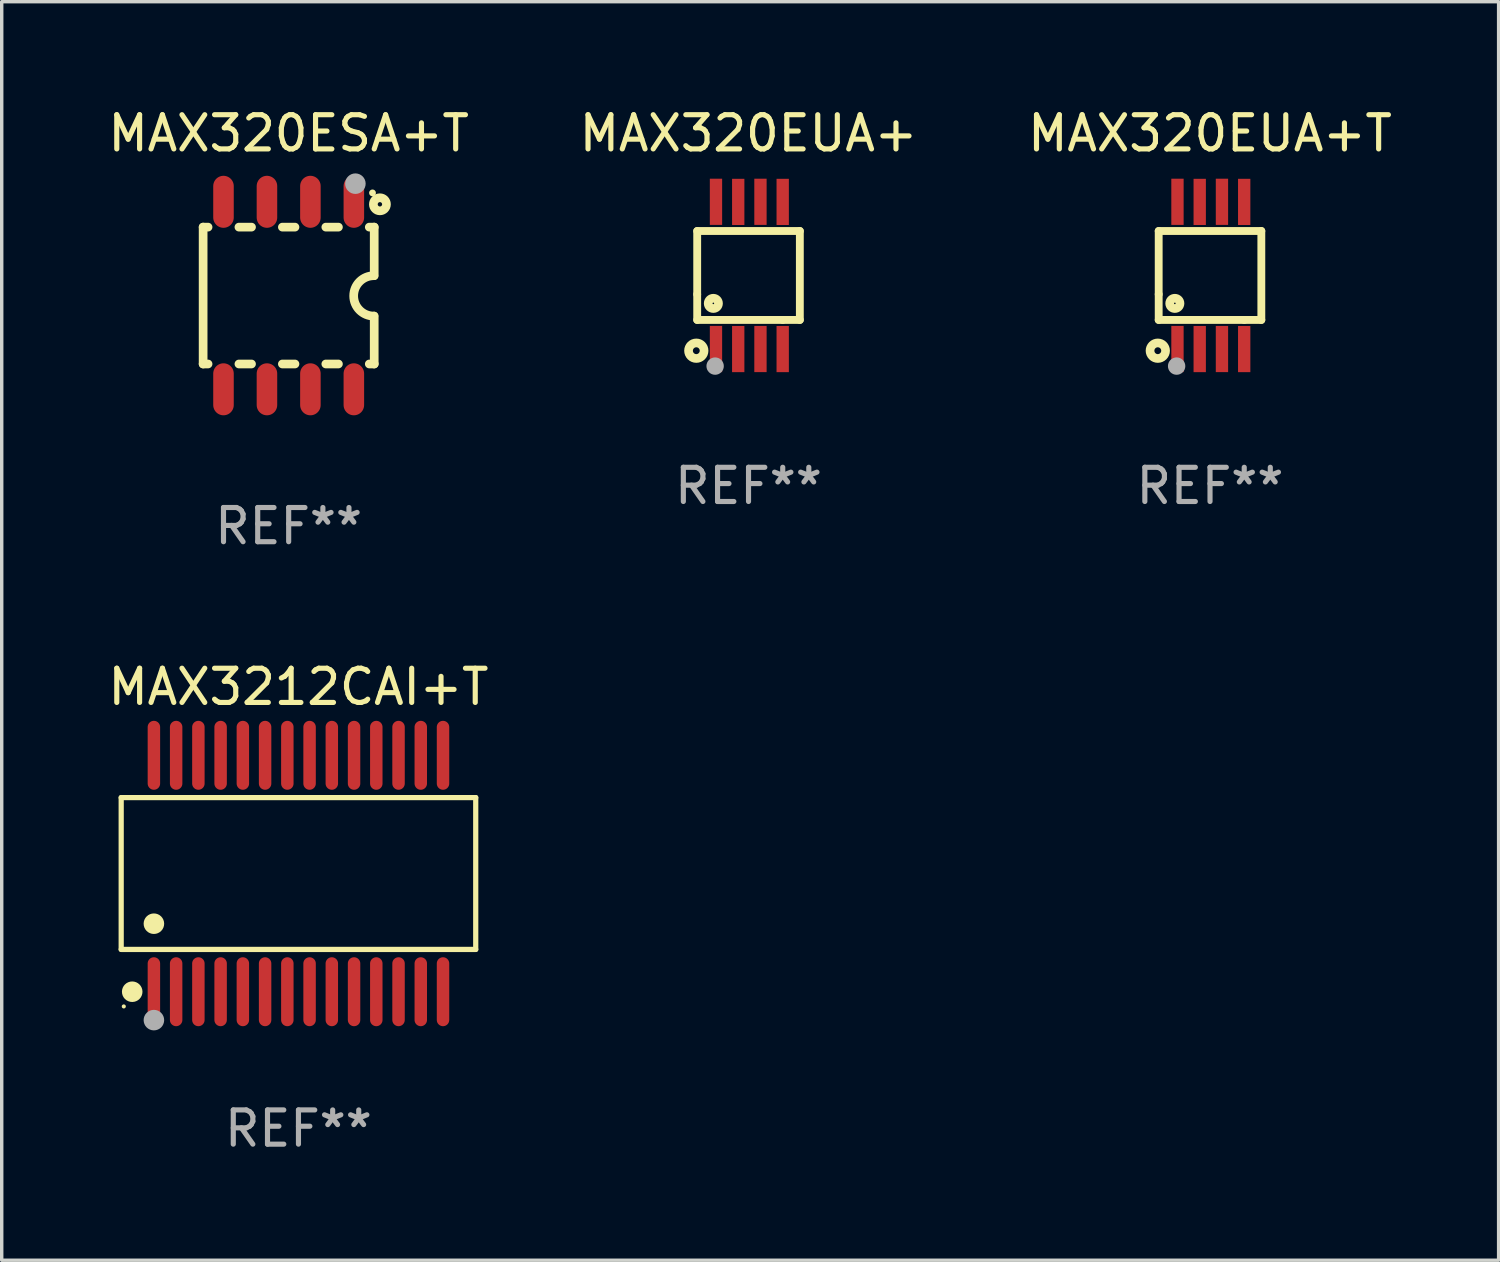
<source format=kicad_pcb>
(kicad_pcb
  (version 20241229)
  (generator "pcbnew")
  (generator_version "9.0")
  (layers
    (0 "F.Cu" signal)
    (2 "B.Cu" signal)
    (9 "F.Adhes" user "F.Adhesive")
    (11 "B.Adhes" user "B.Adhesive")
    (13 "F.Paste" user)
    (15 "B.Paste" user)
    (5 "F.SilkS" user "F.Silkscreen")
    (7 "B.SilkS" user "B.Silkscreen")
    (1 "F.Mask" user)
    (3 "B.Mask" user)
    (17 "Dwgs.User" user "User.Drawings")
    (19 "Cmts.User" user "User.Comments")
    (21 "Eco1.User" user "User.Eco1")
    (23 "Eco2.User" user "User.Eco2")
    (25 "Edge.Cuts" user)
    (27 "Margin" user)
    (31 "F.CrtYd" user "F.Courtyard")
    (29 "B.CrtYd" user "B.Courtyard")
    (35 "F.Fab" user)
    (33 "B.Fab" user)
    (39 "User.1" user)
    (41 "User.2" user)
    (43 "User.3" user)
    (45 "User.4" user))
  (footprint "MAX320ESA+T"
    (layer "F.Cu")
    (at 5.387 5.588)
    (property "Reference" "MAX320ESA+T" (at 0 -4.74 0) (layer "F.SilkS") (effects (font (size 1 1) (thickness 0.15))))
    (attr through_hole)
    (fp_line (start -2.5 2) (end -2.5 -2) (stroke (width 0.254) (type solid)) (layer "F.SilkS"))
    (fp_line (start -2.356 -2) (end -2.5 -2) (stroke (width 0.254) (type solid)) (layer "F.SilkS"))
    (fp_line (start -2.356 2) (end -2.5 2) (stroke (width 0.254) (type solid)) (layer "F.SilkS"))
    (fp_line (start -1.086 -2) (end -1.454 -2) (stroke (width 0.254) (type solid)) (layer "F.SilkS"))
    (fp_line (start -1.086 2) (end -1.454 2) (stroke (width 0.254) (type solid)) (layer "F.SilkS"))
    (fp_line (start 0.184 -2) (end -0.184 -2) (stroke (width 0.254) (type solid)) (layer "F.SilkS"))
    (fp_line (start 0.184 2) (end -0.184 2) (stroke (width 0.254) (type solid)) (layer "F.SilkS"))
    (fp_line (start 1.454 -2) (end 1.086 -2) (stroke (width 0.254) (type solid)) (layer "F.SilkS"))
    (fp_line (start 1.454 2) (end 1.086 2) (stroke (width 0.254) (type solid)) (layer "F.SilkS"))
    (fp_line (start 2.5 -2) (end 2.356 -2) (stroke (width 0.254) (type solid)) (layer "F.SilkS"))
    (fp_line (start 2.5 -0.58) (end 2.5 -2) (stroke (width 0.254) (type solid)) (layer "F.SilkS"))
    (fp_line (start 2.5 2) (end 2.356 2) (stroke (width 0.254) (type solid)) (layer "F.SilkS"))
    (fp_line (start 2.5 2) (end 2.5 0.6) (stroke (width 0.254) (type solid)) (layer "F.SilkS"))
    (fp_arc (start 2.489992 0.600051) (mid 1.901674 0.010046) (end 2.489992 -0.579959) (stroke (width 0.254001) (type solid)) (layer "F.SilkS"))
    (fp_circle (center 2.45 -3) (end 2.5 -3) (stroke (width 0.1) (type solid)) (fill no) (layer "F.SilkS"))
    (fp_circle (center 2.667 -2.667) (end 2.858 -2.667) (stroke (width 0.254) (type solid)) (fill no) (layer "F.SilkS"))
    (fp_circle (center 1.95 -3.27) (end 2.1 -3.27) (stroke (width 0.3) (type solid)) (fill no) (layer "F.Fab"))
    (fp_text user "REF**" (at 0 6.74 0) (layer "F.Fab") (effects (font (size 1 1) (thickness 0.15))))
    (pad "1" smd oval (at 1.905 -2.74) (size 0.6 1.52) (layers "F.Cu" "F.Mask" "F.Paste"))
    (pad "2" smd oval (at 0.635 -2.74) (size 0.6 1.52) (layers "F.Cu" "F.Mask" "F.Paste"))
    (pad "3" smd oval (at -0.635 -2.74) (size 0.6 1.52) (layers "F.Cu" "F.Mask" "F.Paste"))
    (pad "4" smd oval (at -1.905 -2.74) (size 0.6 1.52) (layers "F.Cu" "F.Mask" "F.Paste"))
    (pad "5" smd oval (at -1.905 2.74) (size 0.6 1.52) (layers "F.Cu" "F.Mask" "F.Paste"))
    (pad "6" smd oval (at -0.635 2.74) (size 0.6 1.52) (layers "F.Cu" "F.Mask" "F.Paste"))
    (pad "7" smd oval (at 0.635 2.74) (size 0.6 1.52) (layers "F.Cu" "F.Mask" "F.Paste"))
    (pad "8" smd oval (at 1.905 2.74) (size 0.6 1.52) (layers "F.Cu" "F.Mask" "F.Paste")))
  (footprint "MAX320EUA+"
    (layer "F.Cu")
    (at 18.827 5)
    (property "Reference" "MAX320EUA+" (at 0 -4.152 0) (layer "F.SilkS") (effects (font (size 1 1) (thickness 0.15))))
    (attr through_hole)
    (fp_line (start -1.5 1.301) (end 1 1.301) (stroke (width 0.229) (type solid)) (layer "F.SilkS"))
    (fp_line (start -1.5 -1.299) (end -1.5 0.551) (stroke (width 0.229) (type solid)) (layer "F.SilkS"))
    (fp_line (start -1.5 0.551) (end -1.5 1.301) (stroke (width 0.229) (type solid)) (layer "F.SilkS"))
    (fp_line (start 1 1.301) (end 1.5 1.301) (stroke (width 0.229) (type solid)) (layer "F.SilkS"))
    (fp_line (start 1.5 1.301) (end 1.5 -1.299) (stroke (width 0.229) (type solid)) (layer "F.SilkS"))
    (fp_line (start 1.5 -1.299) (end -1.5 -1.299) (stroke (width 0.229) (type solid)) (layer "F.SilkS"))
    (fp_circle (center -1.526 2.2) (end -1.426 2.2) (stroke (width 0.254) (type solid)) (fill no) (layer "F.SilkS"))
    (fp_circle (center -1.476 2.45) (end -1.446 2.45) (stroke (width 0.06) (type solid)) (fill no) (layer "F.SilkS"))
    (fp_circle (center -1.028 0.817) (end -0.878 0.817) (stroke (width 0.254) (type solid)) (fill no) (layer "F.SilkS"))
    (fp_circle (center -0.976 2.65) (end -0.849 2.65) (stroke (width 0.254) (type solid)) (fill no) (layer "F.Fab"))
    (fp_text user "REF**" (at 0 6.152 0) (layer "F.Fab") (effects (font (size 1 1) (thickness 0.15))))
    (pad "1" smd rect (at -0.951 2.15) (size 0.36 1.35) (layers "F.Cu" "F.Mask" "F.Paste"))
    (pad "2" smd rect (at -0.301 2.152) (size 0.36 1.35) (layers "F.Cu" "F.Mask" "F.Paste"))
    (pad "3" smd rect (at 0.349 2.151) (size 0.36 1.35) (layers "F.Cu" "F.Mask" "F.Paste"))
    (pad "4" smd rect (at 0.999 2.152) (size 0.36 1.35) (layers "F.Cu" "F.Mask" "F.Paste"))
    (pad "5" smd rect (at 0.999 -2.149) (size 0.36 1.35) (layers "F.Cu" "F.Mask" "F.Paste"))
    (pad "6" smd rect (at 0.349 -2.152) (size 0.36 1.35) (layers "F.Cu" "F.Mask" "F.Paste"))
    (pad "7" smd rect (at -0.301 -2.149) (size 0.36 1.35) (layers "F.Cu" "F.Mask" "F.Paste"))
    (pad "8" smd rect (at -0.951 -2.152) (size 0.36 1.35) (layers "F.Cu" "F.Mask" "F.Paste")))
  (footprint "MAX3212CAI+T"
    (layer "F.Cu")
    (at 5.673 22.48)
    (property "Reference" "MAX3212CAI+T" (at 0 -5.455 0) (layer "F.SilkS") (effects (font (size 1 1) (thickness 0.15))))
    (attr through_hole)
    (fp_line (start -5.181 -2.219) (end 5.181 -2.219) (stroke (width 0.152) (type solid)) (layer "F.SilkS"))
    (fp_line (start -5.181 2.219) (end -5.181 -2.219) (stroke (width 0.152) (type solid)) (layer "F.SilkS"))
    (fp_line (start 5.181 -2.219) (end 5.181 2.219) (stroke (width 0.152) (type solid)) (layer "F.SilkS"))
    (fp_line (start 5.181 2.219) (end -5.181 2.219) (stroke (width 0.152) (type solid)) (layer "F.SilkS"))
    (fp_circle (center -5.105 3.885) (end -5.075 3.885) (stroke (width 0.06) (type solid)) (fill no) (layer "F.SilkS"))
    (fp_circle (center -4.859 3.455) (end -4.709 3.455) (stroke (width 0.3) (type solid)) (fill no) (layer "F.SilkS"))
    (fp_circle (center -4.225 1.467) (end -4.075 1.467) (stroke (width 0.3) (type solid)) (fill no) (layer "F.SilkS"))
    (fp_circle (center -4.225 4.285) (end -4.075 4.285) (stroke (width 0.3) (type solid)) (fill no) (layer "F.Fab"))
    (fp_text user "REF**" (at 0 7.455 0) (layer "F.Fab") (effects (font (size 1 1) (thickness 0.15))))
    (pad "1" smd oval (at -4.225 3.455) (size 0.364 2.015) (layers "F.Cu" "F.Mask" "F.Paste"))
    (pad "2" smd oval (at -3.575 3.455) (size 0.364 2.015) (layers "F.Cu" "F.Mask" "F.Paste"))
    (pad "3" smd oval (at -2.925 3.455) (size 0.364 2.015) (layers "F.Cu" "F.Mask" "F.Paste"))
    (pad "4" smd oval (at -2.275 3.455) (size 0.364 2.015) (layers "F.Cu" "F.Mask" "F.Paste"))
    (pad "5" smd oval (at -1.625 3.455) (size 0.364 2.015) (layers "F.Cu" "F.Mask" "F.Paste"))
    (pad "6" smd oval (at -0.975 3.455) (size 0.364 2.015) (layers "F.Cu" "F.Mask" "F.Paste"))
    (pad "7" smd oval (at -0.325 3.455) (size 0.364 2.015) (layers "F.Cu" "F.Mask" "F.Paste"))
    (pad "8" smd oval (at 0.325 3.455) (size 0.364 2.015) (layers "F.Cu" "F.Mask" "F.Paste"))
    (pad "9" smd oval (at 0.975 3.455) (size 0.364 2.015) (layers "F.Cu" "F.Mask" "F.Paste"))
    (pad "10" smd oval (at 1.625 3.455) (size 0.364 2.015) (layers "F.Cu" "F.Mask" "F.Paste"))
    (pad "11" smd oval (at 2.275 3.455) (size 0.364 2.015) (layers "F.Cu" "F.Mask" "F.Paste"))
    (pad "12" smd oval (at 2.925 3.455) (size 0.364 2.015) (layers "F.Cu" "F.Mask" "F.Paste"))
    (pad "13" smd oval (at 3.575 3.455) (size 0.364 2.015) (layers "F.Cu" "F.Mask" "F.Paste"))
    (pad "14" smd oval (at 4.225 3.455) (size 0.364 2.015) (layers "F.Cu" "F.Mask" "F.Paste"))
    (pad "15" smd oval (at 4.225 -3.455) (size 0.364 2.015) (layers "F.Cu" "F.Mask" "F.Paste"))
    (pad "16" smd oval (at 3.575 -3.455) (size 0.364 2.015) (layers "F.Cu" "F.Mask" "F.Paste"))
    (pad "17" smd oval (at 2.925 -3.455) (size 0.364 2.015) (layers "F.Cu" "F.Mask" "F.Paste"))
    (pad "18" smd oval (at 2.275 -3.455) (size 0.364 2.015) (layers "F.Cu" "F.Mask" "F.Paste"))
    (pad "19" smd oval (at 1.625 -3.455) (size 0.364 2.015) (layers "F.Cu" "F.Mask" "F.Paste"))
    (pad "20" smd oval (at 0.975 -3.455) (size 0.364 2.015) (layers "F.Cu" "F.Mask" "F.Paste"))
    (pad "21" smd oval (at 0.325 -3.455) (size 0.364 2.015) (layers "F.Cu" "F.Mask" "F.Paste"))
    (pad "22" smd oval (at -0.325 -3.455) (size 0.364 2.015) (layers "F.Cu" "F.Mask" "F.Paste"))
    (pad "23" smd oval (at -0.975 -3.455) (size 0.364 2.015) (layers "F.Cu" "F.Mask" "F.Paste"))
    (pad "24" smd oval (at -1.625 -3.455) (size 0.364 2.015) (layers "F.Cu" "F.Mask" "F.Paste"))
    (pad "25" smd oval (at -2.275 -3.455) (size 0.364 2.015) (layers "F.Cu" "F.Mask" "F.Paste"))
    (pad "26" smd oval (at -2.925 -3.455) (size 0.364 2.015) (layers "F.Cu" "F.Mask" "F.Paste"))
    (pad "27" smd oval (at -3.575 -3.455) (size 0.364 2.015) (layers "F.Cu" "F.Mask" "F.Paste"))
    (pad "28" smd oval (at -4.225 -3.455) (size 0.364 2.015) (layers "F.Cu" "F.Mask" "F.Paste")))
  (footprint "MAX320EUA+T"
    (layer "F.Cu")
    (at 32.315 5)
    (property "Reference" "MAX320EUA+T" (at 0 -4.152 0) (layer "F.SilkS") (effects (font (size 1 1) (thickness 0.15))))
    (attr through_hole)
    (fp_line (start -1.5 1.301) (end 1 1.301) (stroke (width 0.229) (type solid)) (layer "F.SilkS"))
    (fp_line (start -1.5 -1.299) (end -1.5 0.551) (stroke (width 0.229) (type solid)) (layer "F.SilkS"))
    (fp_line (start -1.5 0.551) (end -1.5 1.301) (stroke (width 0.229) (type solid)) (layer "F.SilkS"))
    (fp_line (start 1 1.301) (end 1.5 1.301) (stroke (width 0.229) (type solid)) (layer "F.SilkS"))
    (fp_line (start 1.5 1.301) (end 1.5 -1.299) (stroke (width 0.229) (type solid)) (layer "F.SilkS"))
    (fp_line (start 1.5 -1.299) (end -1.5 -1.299) (stroke (width 0.229) (type solid)) (layer "F.SilkS"))
    (fp_circle (center -1.526 2.2) (end -1.426 2.2) (stroke (width 0.254) (type solid)) (fill no) (layer "F.SilkS"))
    (fp_circle (center -1.476 2.45) (end -1.446 2.45) (stroke (width 0.06) (type solid)) (fill no) (layer "F.SilkS"))
    (fp_circle (center -1.028 0.817) (end -0.878 0.817) (stroke (width 0.254) (type solid)) (fill no) (layer "F.SilkS"))
    (fp_circle (center -0.976 2.65) (end -0.849 2.65) (stroke (width 0.254) (type solid)) (fill no) (layer "F.Fab"))
    (fp_text user "REF**" (at 0 6.152 0) (layer "F.Fab") (effects (font (size 1 1) (thickness 0.15))))
    (pad "1" smd rect (at -0.951 2.15) (size 0.36 1.35) (layers "F.Cu" "F.Mask" "F.Paste"))
    (pad "2" smd rect (at -0.301 2.152) (size 0.36 1.35) (layers "F.Cu" "F.Mask" "F.Paste"))
    (pad "3" smd rect (at 0.349 2.151) (size 0.36 1.35) (layers "F.Cu" "F.Mask" "F.Paste"))
    (pad "4" smd rect (at 0.999 2.152) (size 0.36 1.35) (layers "F.Cu" "F.Mask" "F.Paste"))
    (pad "5" smd rect (at 0.999 -2.149) (size 0.36 1.35) (layers "F.Cu" "F.Mask" "F.Paste"))
    (pad "6" smd rect (at 0.349 -2.152) (size 0.36 1.35) (layers "F.Cu" "F.Mask" "F.Paste"))
    (pad "7" smd rect (at -0.301 -2.149) (size 0.36 1.35) (layers "F.Cu" "F.Mask" "F.Paste"))
    (pad "8" smd rect (at -0.951 -2.152) (size 0.36 1.35) (layers "F.Cu" "F.Mask" "F.Paste")))
  (gr_rect
    (start -3 -3)
    (end 40.75 33.783)
    (stroke (width 0.1) (type default))
    (fill no)
    (layer "Edge.Cuts")))
</source>
